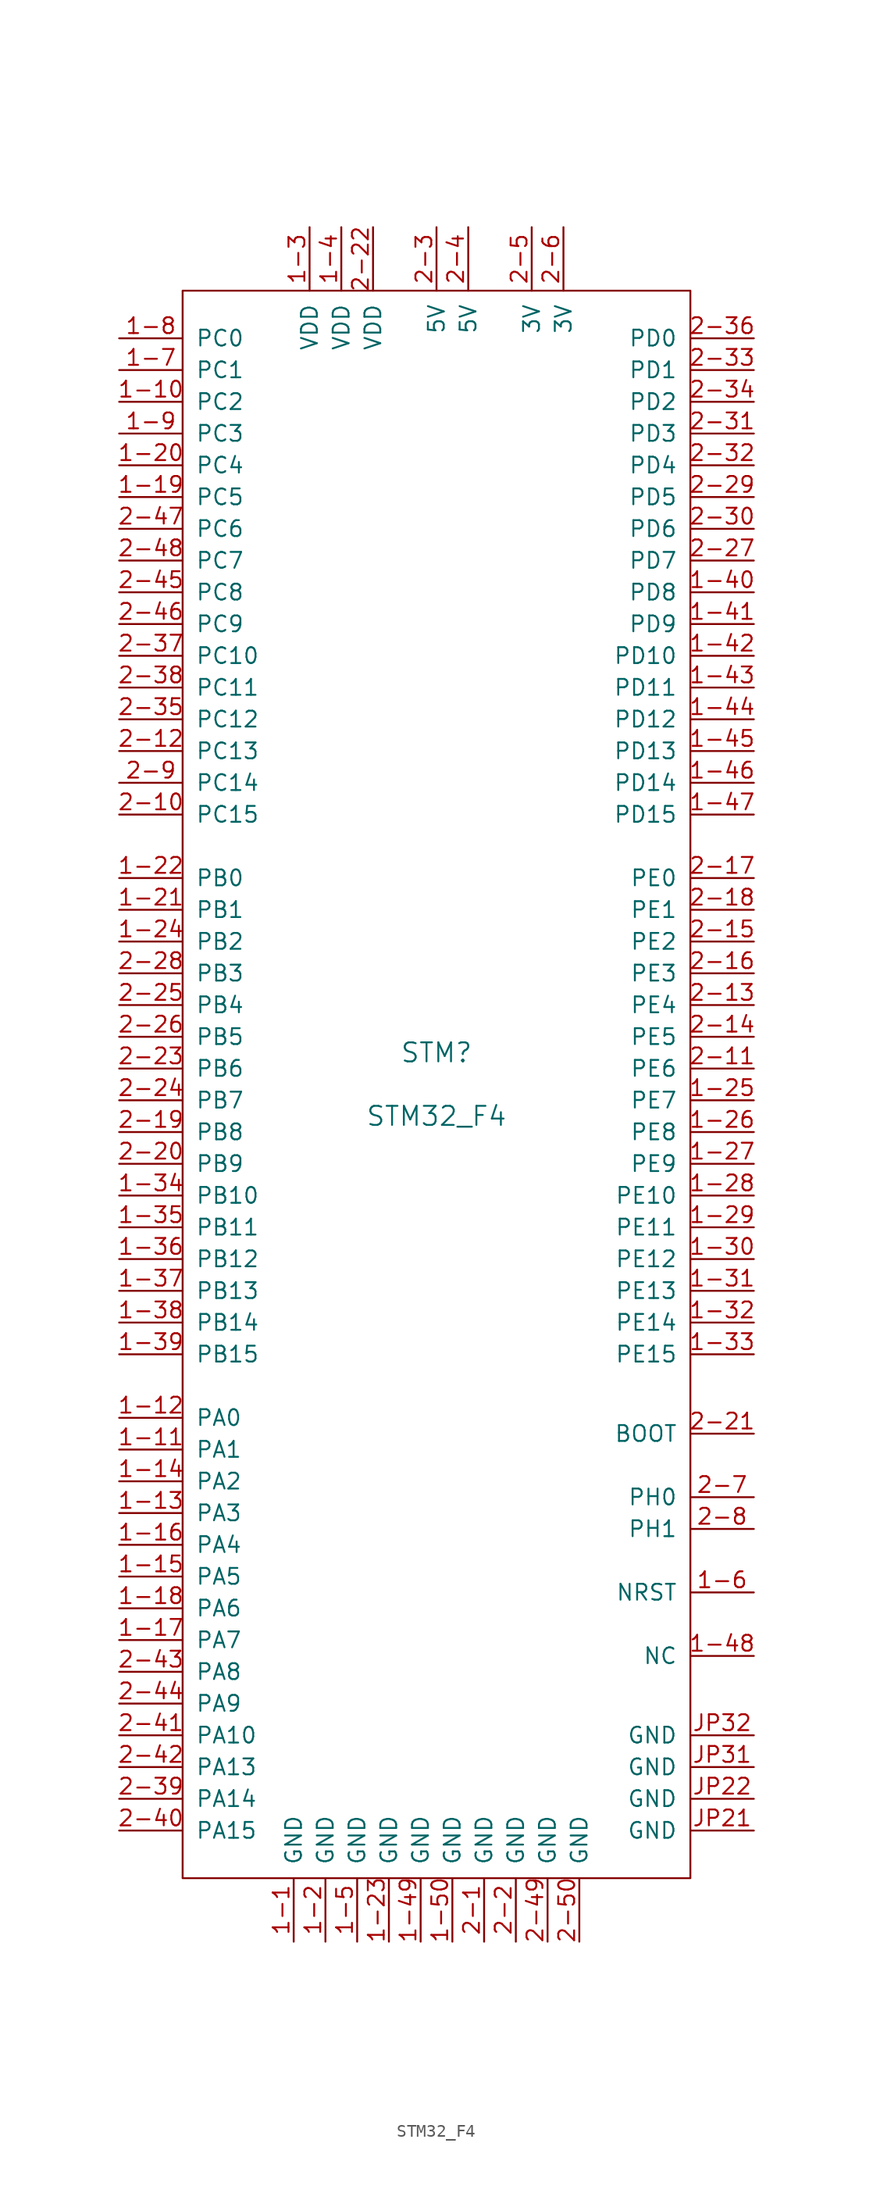
<source format=kicad_sym>
(kicad_symbol_lib
  (version 20201005)
  (generator kicad_symbol_editor)
  (symbol "STM32_F4"
    (pin_names
      (offset 1.016))
    (property "Reference" "STM"
      (at 0 2.54 0)
      (effects (font (size 1.524 1.524))))
    (property "Value" "STM32_F4"
      (at 0 -2.54 0)
      (effects (font (size 1.524 1.524))))
    (property "Footprint" ""
      (at 0 0 0)
      (effects (font (size 1.524 1.524))))
    (property "Datasheet" ""
      (at 0 0 0)
      (effects (font (size 1.524 1.524))))
    (symbol "STM32_F4_0_1"
      (rectangle (start -20.32 63.5) (end 20.32 -63.5) (stroke (width 0) (type default)) (fill (type none))))
    (symbol "STM32_F4_1_1"
      (pin passive line (at -11.43 -68.58 90) (length 5.08) (name "GND" (effects (font (size 1.27 1.27)))) (number "1-1" (effects (font (size 1.27 1.27)))))
      (pin passive line (at -25.4 54.61 0) (length 5.08) (name "PC2" (effects (font (size 1.27 1.27)))) (number "1-10" (effects (font (size 1.27 1.27)))))
      (pin passive line (at -25.4 -29.21 0) (length 5.08) (name "PA1" (effects (font (size 1.27 1.27)))) (number "1-11" (effects (font (size 1.27 1.27)))))
      (pin passive line (at -25.4 -26.67 0) (length 5.08) (name "PA0" (effects (font (size 1.27 1.27)))) (number "1-12" (effects (font (size 1.27 1.27)))))
      (pin passive line (at -25.4 -34.29 0) (length 5.08) (name "PA3" (effects (font (size 1.27 1.27)))) (number "1-13" (effects (font (size 1.27 1.27)))))
      (pin passive line (at -25.4 -31.75 0) (length 5.08) (name "PA2" (effects (font (size 1.27 1.27)))) (number "1-14" (effects (font (size 1.27 1.27)))))
      (pin passive line (at -25.4 -39.37 0) (length 5.08) (name "PA5" (effects (font (size 1.27 1.27)))) (number "1-15" (effects (font (size 1.27 1.27)))))
      (pin passive line (at -25.4 -36.83 0) (length 5.08) (name "PA4" (effects (font (size 1.27 1.27)))) (number "1-16" (effects (font (size 1.27 1.27)))))
      (pin passive line (at -25.4 -44.45 0) (length 5.08) (name "PA7" (effects (font (size 1.27 1.27)))) (number "1-17" (effects (font (size 1.27 1.27)))))
      (pin passive line (at -25.4 -41.91 0) (length 5.08) (name "PA6" (effects (font (size 1.27 1.27)))) (number "1-18" (effects (font (size 1.27 1.27)))))
      (pin passive line (at -25.4 46.99 0) (length 5.08) (name "PC5" (effects (font (size 1.27 1.27)))) (number "1-19" (effects (font (size 1.27 1.27)))))
      (pin passive line (at -8.89 -68.58 90) (length 5.08) (name "GND" (effects (font (size 1.27 1.27)))) (number "1-2" (effects (font (size 1.27 1.27)))))
      (pin passive line (at -25.4 49.53 0) (length 5.08) (name "PC4" (effects (font (size 1.27 1.27)))) (number "1-20" (effects (font (size 1.27 1.27)))))
      (pin passive line (at -25.4 13.97 0) (length 5.08) (name "PB1" (effects (font (size 1.27 1.27)))) (number "1-21" (effects (font (size 1.27 1.27)))))
      (pin passive line (at -25.4 16.51 0) (length 5.08) (name "PB0" (effects (font (size 1.27 1.27)))) (number "1-22" (effects (font (size 1.27 1.27)))))
      (pin passive line (at -3.81 -68.58 90) (length 5.08) (name "GND" (effects (font (size 1.27 1.27)))) (number "1-23" (effects (font (size 1.27 1.27)))))
      (pin passive line (at -25.4 11.43 0) (length 5.08) (name "PB2" (effects (font (size 1.27 1.27)))) (number "1-24" (effects (font (size 1.27 1.27)))))
      (pin passive line (at 25.4 -1.27 180) (length 5.08) (name "PE7" (effects (font (size 1.27 1.27)))) (number "1-25" (effects (font (size 1.27 1.27)))))
      (pin passive line (at 25.4 -3.81 180) (length 5.08) (name "PE8" (effects (font (size 1.27 1.27)))) (number "1-26" (effects (font (size 1.27 1.27)))))
      (pin passive line (at 25.4 -6.35 180) (length 5.08) (name "PE9" (effects (font (size 1.27 1.27)))) (number "1-27" (effects (font (size 1.27 1.27)))))
      (pin passive line (at 25.4 -8.89 180) (length 5.08) (name "PE10" (effects (font (size 1.27 1.27)))) (number "1-28" (effects (font (size 1.27 1.27)))))
      (pin passive line (at 25.4 -11.43 180) (length 5.08) (name "PE11" (effects (font (size 1.27 1.27)))) (number "1-29" (effects (font (size 1.27 1.27)))))
      (pin passive line (at -10.16 68.58 270) (length 5.08) (name "VDD" (effects (font (size 1.27 1.27)))) (number "1-3" (effects (font (size 1.27 1.27)))))
      (pin passive line (at 25.4 -13.97 180) (length 5.08) (name "PE12" (effects (font (size 1.27 1.27)))) (number "1-30" (effects (font (size 1.27 1.27)))))
      (pin passive line (at 25.4 -16.51 180) (length 5.08) (name "PE13" (effects (font (size 1.27 1.27)))) (number "1-31" (effects (font (size 1.27 1.27)))))
      (pin passive line (at 25.4 -19.05 180) (length 5.08) (name "PE14" (effects (font (size 1.27 1.27)))) (number "1-32" (effects (font (size 1.27 1.27)))))
      (pin passive line (at 25.4 -21.59 180) (length 5.08) (name "PE15" (effects (font (size 1.27 1.27)))) (number "1-33" (effects (font (size 1.27 1.27)))))
      (pin passive line (at -25.4 -8.89 0) (length 5.08) (name "PB10" (effects (font (size 1.27 1.27)))) (number "1-34" (effects (font (size 1.27 1.27)))))
      (pin passive line (at -25.4 -11.43 0) (length 5.08) (name "PB11" (effects (font (size 1.27 1.27)))) (number "1-35" (effects (font (size 1.27 1.27)))))
      (pin passive line (at -25.4 -13.97 0) (length 5.08) (name "PB12" (effects (font (size 1.27 1.27)))) (number "1-36" (effects (font (size 1.27 1.27)))))
      (pin passive line (at -25.4 -16.51 0) (length 5.08) (name "PB13" (effects (font (size 1.27 1.27)))) (number "1-37" (effects (font (size 1.27 1.27)))))
      (pin passive line (at -25.4 -19.05 0) (length 5.08) (name "PB14" (effects (font (size 1.27 1.27)))) (number "1-38" (effects (font (size 1.27 1.27)))))
      (pin passive line (at -25.4 -21.59 0) (length 5.08) (name "PB15" (effects (font (size 1.27 1.27)))) (number "1-39" (effects (font (size 1.27 1.27)))))
      (pin passive line (at -7.62 68.58 270) (length 5.08) (name "VDD" (effects (font (size 1.27 1.27)))) (number "1-4" (effects (font (size 1.27 1.27)))))
      (pin passive line (at 25.4 39.37 180) (length 5.08) (name "PD8" (effects (font (size 1.27 1.27)))) (number "1-40" (effects (font (size 1.27 1.27)))))
      (pin passive line (at 25.4 36.83 180) (length 5.08) (name "PD9" (effects (font (size 1.27 1.27)))) (number "1-41" (effects (font (size 1.27 1.27)))))
      (pin passive line (at 25.4 34.29 180) (length 5.08) (name "PD10" (effects (font (size 1.27 1.27)))) (number "1-42" (effects (font (size 1.27 1.27)))))
      (pin passive line (at 25.4 31.75 180) (length 5.08) (name "PD11" (effects (font (size 1.27 1.27)))) (number "1-43" (effects (font (size 1.27 1.27)))))
      (pin passive line (at 25.4 29.21 180) (length 5.08) (name "PD12" (effects (font (size 1.27 1.27)))) (number "1-44" (effects (font (size 1.27 1.27)))))
      (pin passive line (at 25.4 26.67 180) (length 5.08) (name "PD13" (effects (font (size 1.27 1.27)))) (number "1-45" (effects (font (size 1.27 1.27)))))
      (pin passive line (at 25.4 24.13 180) (length 5.08) (name "PD14" (effects (font (size 1.27 1.27)))) (number "1-46" (effects (font (size 1.27 1.27)))))
      (pin passive line (at 25.4 21.59 180) (length 5.08) (name "PD15" (effects (font (size 1.27 1.27)))) (number "1-47" (effects (font (size 1.27 1.27)))))
      (pin input line (at 25.4 -45.72 180) (length 5.08) (name "NC" (effects (font (size 1.27 1.27)))) (number "1-48" (effects (font (size 1.27 1.27)))))
      (pin passive line (at -1.27 -68.58 90) (length 5.08) (name "GND" (effects (font (size 1.27 1.27)))) (number "1-49" (effects (font (size 1.27 1.27)))))
      (pin passive line (at -6.35 -68.58 90) (length 5.08) (name "GND" (effects (font (size 1.27 1.27)))) (number "1-5" (effects (font (size 1.27 1.27)))))
      (pin passive line (at 1.27 -68.58 90) (length 5.08) (name "GND" (effects (font (size 1.27 1.27)))) (number "1-50" (effects (font (size 1.27 1.27)))))
      (pin passive line (at 25.4 -40.64 180) (length 5.08) (name "NRST" (effects (font (size 1.27 1.27)))) (number "1-6" (effects (font (size 1.27 1.27)))))
      (pin passive line (at -25.4 57.15 0) (length 5.08) (name "PC1" (effects (font (size 1.27 1.27)))) (number "1-7" (effects (font (size 1.27 1.27)))))
      (pin passive line (at -25.4 59.69 0) (length 5.08) (name "PC0" (effects (font (size 1.27 1.27)))) (number "1-8" (effects (font (size 1.27 1.27)))))
      (pin passive line (at -25.4 52.07 0) (length 5.08) (name "PC3" (effects (font (size 1.27 1.27)))) (number "1-9" (effects (font (size 1.27 1.27)))))
      (pin passive line (at 3.81 -68.58 90) (length 5.08) (name "GND" (effects (font (size 1.27 1.27)))) (number "2-1" (effects (font (size 1.27 1.27)))))
      (pin passive line (at -25.4 21.59 0) (length 5.08) (name "PC15" (effects (font (size 1.27 1.27)))) (number "2-10" (effects (font (size 1.27 1.27)))))
      (pin passive line (at 25.4 1.27 180) (length 5.08) (name "PE6" (effects (font (size 1.27 1.27)))) (number "2-11" (effects (font (size 1.27 1.27)))))
      (pin passive line (at -25.4 26.67 0) (length 5.08) (name "PC13" (effects (font (size 1.27 1.27)))) (number "2-12" (effects (font (size 1.27 1.27)))))
      (pin passive line (at 25.4 6.35 180) (length 5.08) (name "PE4" (effects (font (size 1.27 1.27)))) (number "2-13" (effects (font (size 1.27 1.27)))))
      (pin passive line (at 25.4 3.81 180) (length 5.08) (name "PE5" (effects (font (size 1.27 1.27)))) (number "2-14" (effects (font (size 1.27 1.27)))))
      (pin passive line (at 25.4 11.43 180) (length 5.08) (name "PE2" (effects (font (size 1.27 1.27)))) (number "2-15" (effects (font (size 1.27 1.27)))))
      (pin passive line (at 25.4 8.89 180) (length 5.08) (name "PE3" (effects (font (size 1.27 1.27)))) (number "2-16" (effects (font (size 1.27 1.27)))))
      (pin passive line (at 25.4 16.51 180) (length 5.08) (name "PE0" (effects (font (size 1.27 1.27)))) (number "2-17" (effects (font (size 1.27 1.27)))))
      (pin passive line (at 25.4 13.97 180) (length 5.08) (name "PE1" (effects (font (size 1.27 1.27)))) (number "2-18" (effects (font (size 1.27 1.27)))))
      (pin passive line (at -25.4 -3.81 0) (length 5.08) (name "PB8" (effects (font (size 1.27 1.27)))) (number "2-19" (effects (font (size 1.27 1.27)))))
      (pin passive line (at 6.35 -68.58 90) (length 5.08) (name "GND" (effects (font (size 1.27 1.27)))) (number "2-2" (effects (font (size 1.27 1.27)))))
      (pin passive line (at -25.4 -6.35 0) (length 5.08) (name "PB9" (effects (font (size 1.27 1.27)))) (number "2-20" (effects (font (size 1.27 1.27)))))
      (pin passive line (at 25.4 -27.94 180) (length 5.08) (name "BOOT" (effects (font (size 1.27 1.27)))) (number "2-21" (effects (font (size 1.27 1.27)))))
      (pin passive line (at -5.08 68.58 270) (length 5.08) (name "VDD" (effects (font (size 1.27 1.27)))) (number "2-22" (effects (font (size 1.27 1.27)))))
      (pin passive line (at -25.4 1.27 0) (length 5.08) (name "PB6" (effects (font (size 1.27 1.27)))) (number "2-23" (effects (font (size 1.27 1.27)))))
      (pin passive line (at -25.4 -1.27 0) (length 5.08) (name "PB7" (effects (font (size 1.27 1.27)))) (number "2-24" (effects (font (size 1.27 1.27)))))
      (pin passive line (at -25.4 6.35 0) (length 5.08) (name "PB4" (effects (font (size 1.27 1.27)))) (number "2-25" (effects (font (size 1.27 1.27)))))
      (pin passive line (at -25.4 3.81 0) (length 5.08) (name "PB5" (effects (font (size 1.27 1.27)))) (number "2-26" (effects (font (size 1.27 1.27)))))
      (pin passive line (at 25.4 41.91 180) (length 5.08) (name "PD7" (effects (font (size 1.27 1.27)))) (number "2-27" (effects (font (size 1.27 1.27)))))
      (pin passive line (at -25.4 8.89 0) (length 5.08) (name "PB3" (effects (font (size 1.27 1.27)))) (number "2-28" (effects (font (size 1.27 1.27)))))
      (pin passive line (at 25.4 46.99 180) (length 5.08) (name "PD5" (effects (font (size 1.27 1.27)))) (number "2-29" (effects (font (size 1.27 1.27)))))
      (pin passive line (at 0 68.58 270) (length 5.08) (name "5V" (effects (font (size 1.27 1.27)))) (number "2-3" (effects (font (size 1.27 1.27)))))
      (pin passive line (at 25.4 44.45 180) (length 5.08) (name "PD6" (effects (font (size 1.27 1.27)))) (number "2-30" (effects (font (size 1.27 1.27)))))
      (pin passive line (at 25.4 52.07 180) (length 5.08) (name "PD3" (effects (font (size 1.27 1.27)))) (number "2-31" (effects (font (size 1.27 1.27)))))
      (pin passive line (at 25.4 49.53 180) (length 5.08) (name "PD4" (effects (font (size 1.27 1.27)))) (number "2-32" (effects (font (size 1.27 1.27)))))
      (pin passive line (at 25.4 57.15 180) (length 5.08) (name "PD1" (effects (font (size 1.27 1.27)))) (number "2-33" (effects (font (size 1.27 1.27)))))
      (pin passive line (at 25.4 54.61 180) (length 5.08) (name "PD2" (effects (font (size 1.27 1.27)))) (number "2-34" (effects (font (size 1.27 1.27)))))
      (pin passive line (at -25.4 29.21 0) (length 5.08) (name "PC12" (effects (font (size 1.27 1.27)))) (number "2-35" (effects (font (size 1.27 1.27)))))
      (pin passive line (at 25.4 59.69 180) (length 5.08) (name "PD0" (effects (font (size 1.27 1.27)))) (number "2-36" (effects (font (size 1.27 1.27)))))
      (pin passive line (at -25.4 34.29 0) (length 5.08) (name "PC10" (effects (font (size 1.27 1.27)))) (number "2-37" (effects (font (size 1.27 1.27)))))
      (pin passive line (at -25.4 31.75 0) (length 5.08) (name "PC11" (effects (font (size 1.27 1.27)))) (number "2-38" (effects (font (size 1.27 1.27)))))
      (pin passive line (at -25.4 -57.15 0) (length 5.08) (name "PA14" (effects (font (size 1.27 1.27)))) (number "2-39" (effects (font (size 1.27 1.27)))))
      (pin passive line (at 2.54 68.58 270) (length 5.08) (name "5V" (effects (font (size 1.27 1.27)))) (number "2-4" (effects (font (size 1.27 1.27)))))
      (pin passive line (at -25.4 -59.69 0) (length 5.08) (name "PA15" (effects (font (size 1.27 1.27)))) (number "2-40" (effects (font (size 1.27 1.27)))))
      (pin passive line (at -25.4 -52.07 0) (length 5.08) (name "PA10" (effects (font (size 1.27 1.27)))) (number "2-41" (effects (font (size 1.27 1.27)))))
      (pin passive line (at -25.4 -54.61 0) (length 5.08) (name "PA13" (effects (font (size 1.27 1.27)))) (number "2-42" (effects (font (size 1.27 1.27)))))
      (pin passive line (at -25.4 -46.99 0) (length 5.08) (name "PA8" (effects (font (size 1.27 1.27)))) (number "2-43" (effects (font (size 1.27 1.27)))))
      (pin passive line (at -25.4 -49.53 0) (length 5.08) (name "PA9" (effects (font (size 1.27 1.27)))) (number "2-44" (effects (font (size 1.27 1.27)))))
      (pin passive line (at -25.4 39.37 0) (length 5.08) (name "PC8" (effects (font (size 1.27 1.27)))) (number "2-45" (effects (font (size 1.27 1.27)))))
      (pin passive line (at -25.4 36.83 0) (length 5.08) (name "PC9" (effects (font (size 1.27 1.27)))) (number "2-46" (effects (font (size 1.27 1.27)))))
      (pin passive line (at -25.4 44.45 0) (length 5.08) (name "PC6" (effects (font (size 1.27 1.27)))) (number "2-47" (effects (font (size 1.27 1.27)))))
      (pin passive line (at -25.4 41.91 0) (length 5.08) (name "PC7" (effects (font (size 1.27 1.27)))) (number "2-48" (effects (font (size 1.27 1.27)))))
      (pin passive line (at 8.89 -68.58 90) (length 5.08) (name "GND" (effects (font (size 1.27 1.27)))) (number "2-49" (effects (font (size 1.27 1.27)))))
      (pin passive line (at 7.62 68.58 270) (length 5.08) (name "3V" (effects (font (size 1.27 1.27)))) (number "2-5" (effects (font (size 1.27 1.27)))))
      (pin passive line (at 11.43 -68.58 90) (length 5.08) (name "GND" (effects (font (size 1.27 1.27)))) (number "2-50" (effects (font (size 1.27 1.27)))))
      (pin passive line (at 10.16 68.58 270) (length 5.08) (name "3V" (effects (font (size 1.27 1.27)))) (number "2-6" (effects (font (size 1.27 1.27)))))
      (pin passive line (at 25.4 -33.02 180) (length 5.08) (name "PH0" (effects (font (size 1.27 1.27)))) (number "2-7" (effects (font (size 1.27 1.27)))))
      (pin passive line (at 25.4 -35.56 180) (length 5.08) (name "PH1" (effects (font (size 1.27 1.27)))) (number "2-8" (effects (font (size 1.27 1.27)))))
      (pin passive line (at -25.4 24.13 0) (length 5.08) (name "PC14" (effects (font (size 1.27 1.27)))) (number "2-9" (effects (font (size 1.27 1.27)))))
      (pin passive line (at 25.4 -59.69 180) (length 5.08) (name "GND" (effects (font (size 1.27 1.27)))) (number "JP21" (effects (font (size 1.27 1.27)))))
      (pin passive line (at 25.4 -57.15 180) (length 5.08) (name "GND" (effects (font (size 1.27 1.27)))) (number "JP22" (effects (font (size 1.27 1.27)))))
      (pin passive line (at 25.4 -54.61 180) (length 5.08) (name "GND" (effects (font (size 1.27 1.27)))) (number "JP31" (effects (font (size 1.27 1.27)))))
      (pin passive line (at 25.4 -52.07 180) (length 5.08) (name "GND" (effects (font (size 1.27 1.27)))) (number "JP32" (effects (font (size 1.27 1.27))))))))
</source>
